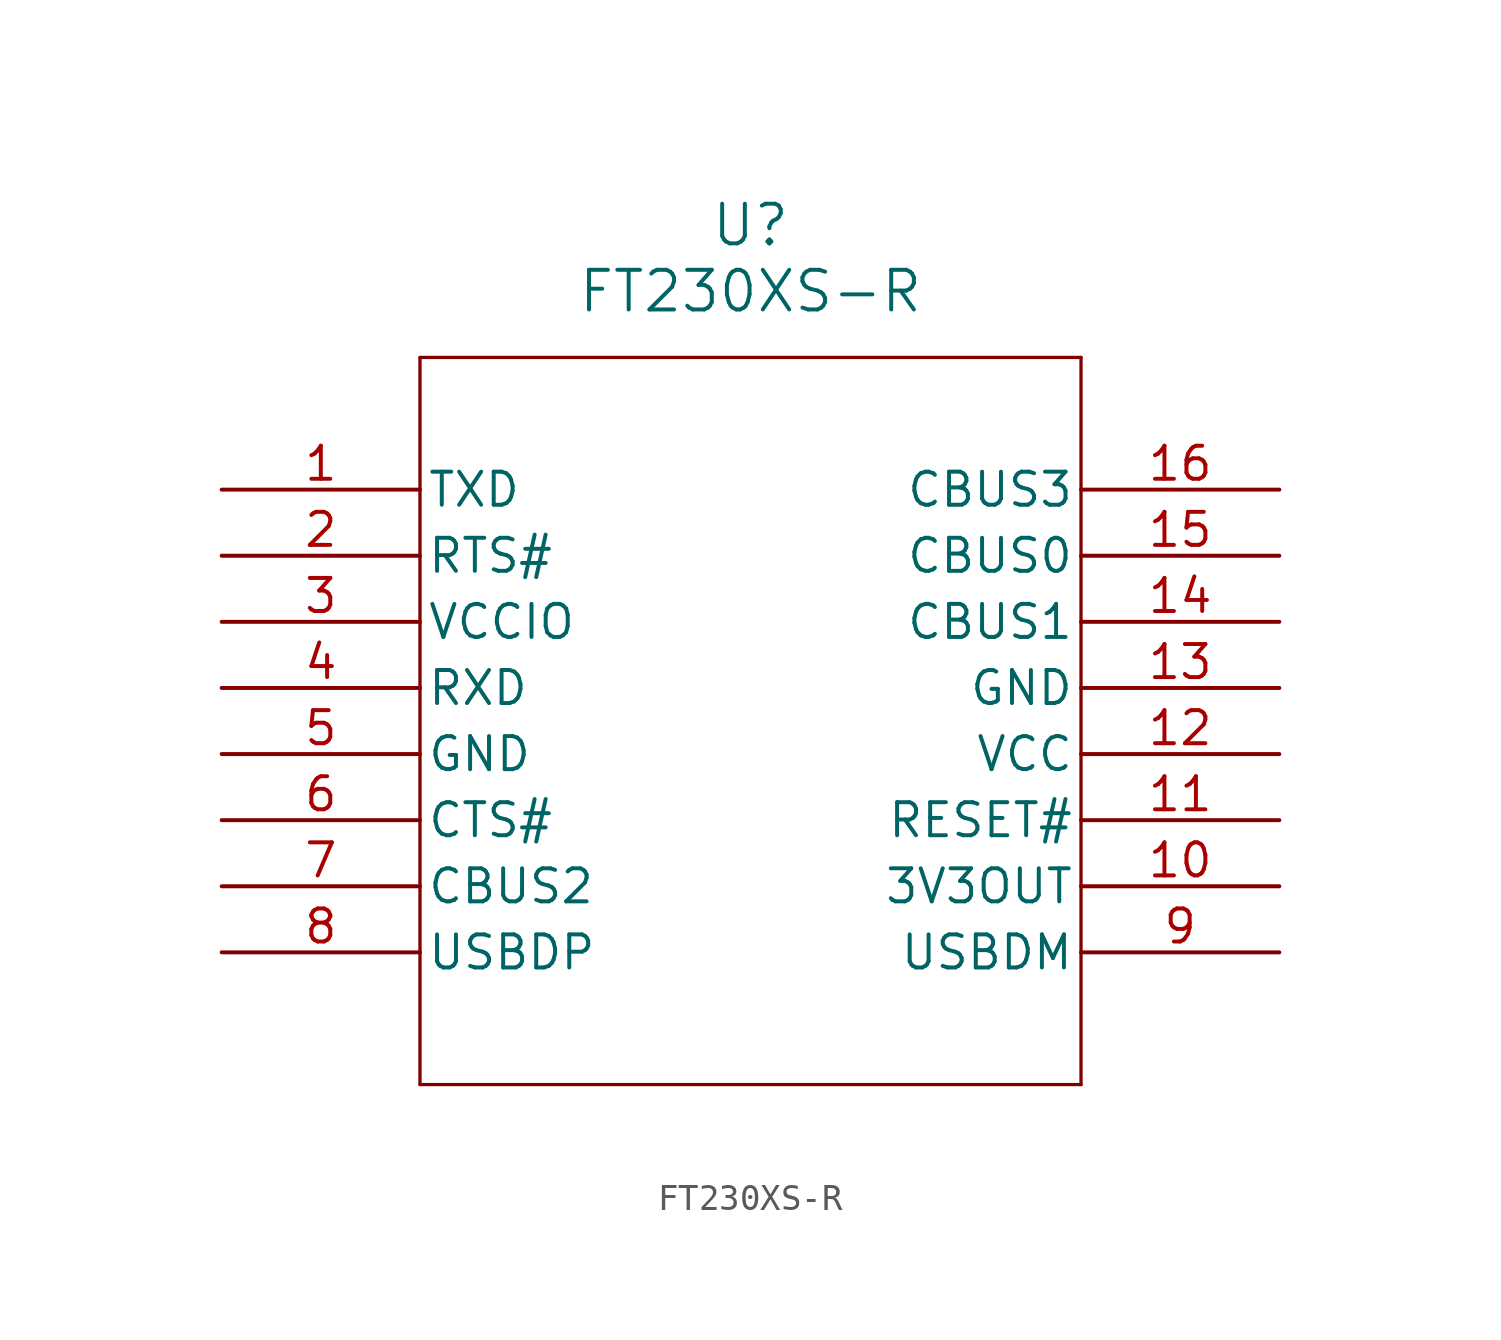
<source format=kicad_sym>
(kicad_symbol_lib
  (version 20220914)
  (generator kicad_symbol_editor)
  (symbol "FT230XS-R"
    (pin_names
      (offset 0.254))
    (property "Reference" "U"
      (at 0 19.05 0)
      (effects (font (size 1.524 1.524))))
    (property "Value" "FT230XS-R"
      (at 0 16.51 0)
      (effects (font (size 1.524 1.524))))
    (property "ki_locked" ""
      (at 0 0 0)
      (effects (font (size 1.27 1.27))))
    (symbol "FT230XS-R_0_1"
      (polyline (pts (xy -12.7 -13.97) (xy 12.7 -13.97)) (stroke (width 0.127) (type default)) (fill (type none)))
      (polyline (pts (xy -12.7 13.97) (xy -12.7 -13.97)) (stroke (width 0.127) (type default)) (fill (type none)))
      (polyline (pts (xy 12.7 -13.97) (xy 12.7 13.97)) (stroke (width 0.127) (type default)) (fill (type none)))
      (polyline (pts (xy 12.7 13.97) (xy -12.7 13.97)) (stroke (width 0.127) (type default)) (fill (type none)))
      (pin unspecified line (at -20.32 8.89 0) (length 7.62) (name "TXD" (effects (font (size 1.27 1.27)))) (number "1" (effects (font (size 1.27 1.27)))))
      (pin output line (at 20.32 -6.35 180) (length 7.62) (name "3V3OUT" (effects (font (size 1.27 1.27)))) (number "10" (effects (font (size 1.27 1.27)))))
      (pin unspecified line (at 20.32 -3.81 180) (length 7.62) (name "RESET#" (effects (font (size 1.27 1.27)))) (number "11" (effects (font (size 1.27 1.27)))))
      (pin power_in line (at 20.32 -1.27 180) (length 7.62) (name "VCC" (effects (font (size 1.27 1.27)))) (number "12" (effects (font (size 1.27 1.27)))))
      (pin power_out line (at 20.32 1.27 180) (length 7.62) (name "GND" (effects (font (size 1.27 1.27)))) (number "13" (effects (font (size 1.27 1.27)))))
      (pin bidirectional line (at 20.32 3.81 180) (length 7.62) (name "CBUS1" (effects (font (size 1.27 1.27)))) (number "14" (effects (font (size 1.27 1.27)))))
      (pin bidirectional line (at 20.32 6.35 180) (length 7.62) (name "CBUS0" (effects (font (size 1.27 1.27)))) (number "15" (effects (font (size 1.27 1.27)))))
      (pin bidirectional line (at 20.32 8.89 180) (length 7.62) (name "CBUS3" (effects (font (size 1.27 1.27)))) (number "16" (effects (font (size 1.27 1.27)))))
      (pin unspecified line (at -20.32 6.35 0) (length 7.62) (name "RTS#" (effects (font (size 1.27 1.27)))) (number "2" (effects (font (size 1.27 1.27)))))
      (pin power_in line (at -20.32 3.81 0) (length 7.62) (name "VCCIO" (effects (font (size 1.27 1.27)))) (number "3" (effects (font (size 1.27 1.27)))))
      (pin unspecified line (at -20.32 1.27 0) (length 7.62) (name "RXD" (effects (font (size 1.27 1.27)))) (number "4" (effects (font (size 1.27 1.27)))))
      (pin power_out line (at -20.32 -1.27 0) (length 7.62) (name "GND" (effects (font (size 1.27 1.27)))) (number "5" (effects (font (size 1.27 1.27)))))
      (pin unspecified line (at -20.32 -3.81 0) (length 7.62) (name "CTS#" (effects (font (size 1.27 1.27)))) (number "6" (effects (font (size 1.27 1.27)))))
      (pin bidirectional line (at -20.32 -6.35 0) (length 7.62) (name "CBUS2" (effects (font (size 1.27 1.27)))) (number "7" (effects (font (size 1.27 1.27)))))
      (pin unspecified line (at -20.32 -8.89 0) (length 7.62) (name "USBDP" (effects (font (size 1.27 1.27)))) (number "8" (effects (font (size 1.27 1.27)))))
      (pin unspecified line (at 20.32 -8.89 180) (length 7.62) (name "USBDM" (effects (font (size 1.27 1.27)))) (number "9" (effects (font (size 1.27 1.27))))))))
</source>
